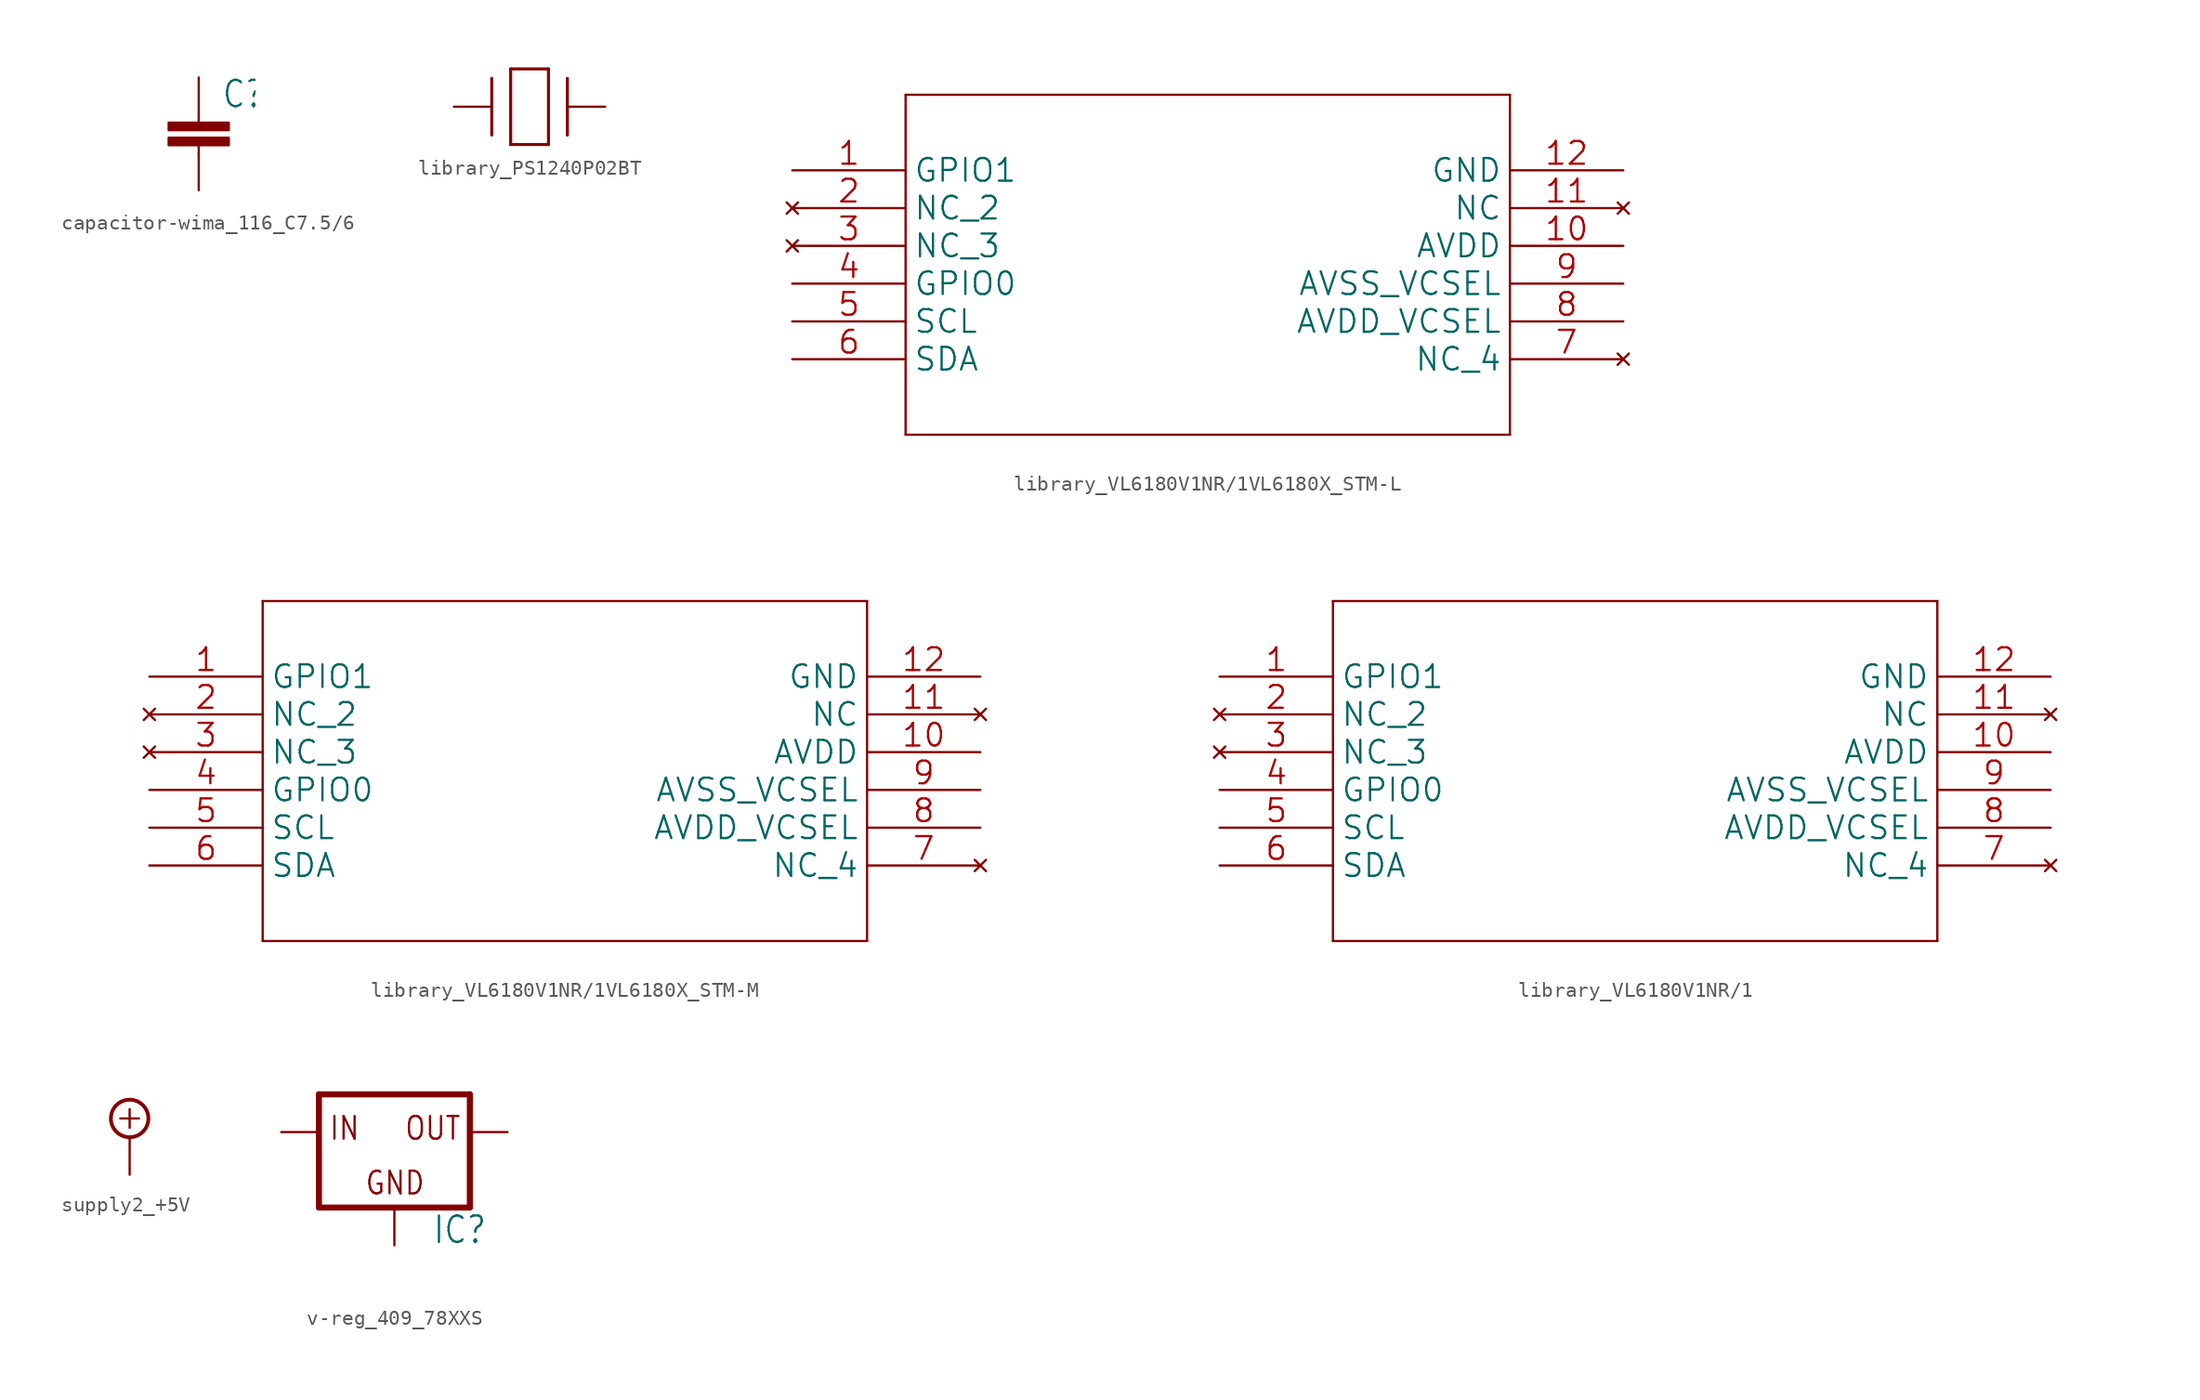
<source format=kicad_sym>
(kicad_symbol_lib
  (version 20241209)
  (generator "kicad_symbol_editor")
  (generator_version "9.0")
  (symbol "capacitor-wima_116_C7.5/6"
    (property "Reference" "C"
      (at 1.524 0.381 0)
      (effects (font (size 1.778 1.511)) (justify left bottom)))
    (property "Value" ""
      (at 1.524 -4.699 0)
      (effects (font (size 1.778 1.511)) (justify left bottom)))
    (property "ki_locked" ""
      (at 0 0 0)
      (effects (font (size 1.27 1.27))))
    (symbol "capacitor-wima_116_C7.5/6_1_0"
      (rectangle (start -2.032 -1.016) (end 2.032 -0.508) (stroke (width 0) (type default)) (fill (type outline)))
      (rectangle (start -2.032 -2.032) (end 2.032 -1.524) (stroke (width 0) (type default)) (fill (type outline)))
      (polyline (pts (xy 0 0) (xy 0 -0.508)) (stroke (width 0.152) (type solid)) (fill (type none)))
      (polyline (pts (xy 0 -2.54) (xy 0 -2.032)) (stroke (width 0.152) (type solid)) (fill (type none)))
      (pin passive line (at 0 2.54 270) (length 2.54) (name "1" (effects (font (size 0 0)))) (number "1" (effects (font (size 0 0)))))
      (pin passive line (at 0 -5.08 90) (length 2.54) (name "2" (effects (font (size 0 0)))) (number "2" (effects (font (size 0 0)))))))
  (symbol "library_PS1240P02BT"
    (property "Reference" "XTAL"
      (at -2.819 2.692 0)
      (effects (font (size 3.48 2.958)) (justify left bottom) (hide yes)))
    (property "ki_locked" ""
      (at 0 0 0)
      (effects (font (size 1.27 1.27))))
    (symbol "library_PS1240P02BT_1_0"
      (polyline (pts (xy 2.54 -1.905) (xy 2.54 1.905)) (stroke (width 0.203) (type solid)) (fill (type none)))
      (polyline (pts (xy 3.81 2.54) (xy 6.35 2.54)) (stroke (width 0.203) (type solid)) (fill (type none)))
      (polyline (pts (xy 3.81 -2.54) (xy 3.81 2.54)) (stroke (width 0.203) (type solid)) (fill (type none)))
      (polyline (pts (xy 6.35 2.54) (xy 6.35 -2.54)) (stroke (width 0.203) (type solid)) (fill (type none)))
      (polyline (pts (xy 6.35 -2.54) (xy 3.81 -2.54)) (stroke (width 0.203) (type solid)) (fill (type none)))
      (polyline (pts (xy 7.62 -1.905) (xy 7.62 1.905)) (stroke (width 0.203) (type solid)) (fill (type none)))
      (pin passive line (at 0 0 0) (length 2.54) (name "1" (effects (font (size 0 0)))) (number "1" (effects (font (size 0 0)))))
      (pin passive line (at 10.16 0 180) (length 2.54) (name "2" (effects (font (size 0 0)))) (number "2" (effects (font (size 0 0)))))))
  (symbol "library_VL6180V1NR/1VL6180X_STM-L"
    (property "Reference" "U"
      (at 23.216 9.119 0)
      (effects (font (size 2.083 1.77)) (justify left bottom) (hide yes)))
    (property "ki_locked" ""
      (at 0 0 0)
      (effects (font (size 1.27 1.27))))
    (symbol "library_VL6180V1NR/1VL6180X_STM-L_1_0"
      (polyline (pts (xy 7.62 5.08) (xy 7.62 -17.78)) (stroke (width 0.152) (type solid)) (fill (type none)))
      (polyline (pts (xy 7.62 -17.78) (xy 48.26 -17.78)) (stroke (width 0.152) (type solid)) (fill (type none)))
      (polyline (pts (xy 48.26 5.08) (xy 7.62 5.08)) (stroke (width 0.152) (type solid)) (fill (type none)))
      (polyline (pts (xy 48.26 -17.78) (xy 48.26 5.08)) (stroke (width 0.152) (type solid)) (fill (type none)))
      (pin bidirectional line (at 0 0 0) (length 7.62) (name "GPIO1" (effects (font (size 1.524 1.524)))) (number "1" (effects (font (size 1.524 1.524)))))
      (pin no_connect line (at 0 -2.54 0) (length 7.62) (name "NC_2" (effects (font (size 1.524 1.524)))) (number "2" (effects (font (size 1.524 1.524)))))
      (pin no_connect line (at 0 -5.08 0) (length 7.62) (name "NC_3" (effects (font (size 1.524 1.524)))) (number "3" (effects (font (size 1.524 1.524)))))
      (pin bidirectional line (at 0 -7.62 0) (length 7.62) (name "GPIO0" (effects (font (size 1.524 1.524)))) (number "4" (effects (font (size 1.524 1.524)))))
      (pin input line (at 0 -10.16 0) (length 7.62) (name "SCL" (effects (font (size 1.524 1.524)))) (number "5" (effects (font (size 1.524 1.524)))))
      (pin bidirectional line (at 0 -12.7 0) (length 7.62) (name "SDA" (effects (font (size 1.524 1.524)))) (number "6" (effects (font (size 1.524 1.524)))))
      (pin passive line (at 55.88 0 180) (length 7.62) (name "GND" (effects (font (size 1.524 1.524)))) (number "12" (effects (font (size 1.524 1.524)))))
      (pin no_connect line (at 55.88 -2.54 180) (length 7.62) (name "NC" (effects (font (size 1.524 1.524)))) (number "11" (effects (font (size 1.524 1.524)))))
      (pin power_in line (at 55.88 -5.08 180) (length 7.62) (name "AVDD" (effects (font (size 1.524 1.524)))) (number "10" (effects (font (size 1.524 1.524)))))
      (pin passive line (at 55.88 -7.62 180) (length 7.62) (name "AVSS_VCSEL" (effects (font (size 1.524 1.524)))) (number "9" (effects (font (size 1.524 1.524)))))
      (pin power_in line (at 55.88 -10.16 180) (length 7.62) (name "AVDD_VCSEL" (effects (font (size 1.524 1.524)))) (number "8" (effects (font (size 1.524 1.524)))))
      (pin no_connect line (at 55.88 -12.7 180) (length 7.62) (name "NC_4" (effects (font (size 1.524 1.524)))) (number "7" (effects (font (size 1.524 1.524)))))))
  (symbol "library_VL6180V1NR/1VL6180X_STM-M"
    (property "Reference" "U"
      (at 23.216 9.119 0)
      (effects (font (size 2.083 1.77)) (justify left bottom) (hide yes)))
    (property "ki_locked" ""
      (at 0 0 0)
      (effects (font (size 1.27 1.27))))
    (symbol "library_VL6180V1NR/1VL6180X_STM-M_1_0"
      (polyline (pts (xy 7.62 5.08) (xy 7.62 -17.78)) (stroke (width 0.152) (type solid)) (fill (type none)))
      (polyline (pts (xy 7.62 -17.78) (xy 48.26 -17.78)) (stroke (width 0.152) (type solid)) (fill (type none)))
      (polyline (pts (xy 48.26 5.08) (xy 7.62 5.08)) (stroke (width 0.152) (type solid)) (fill (type none)))
      (polyline (pts (xy 48.26 -17.78) (xy 48.26 5.08)) (stroke (width 0.152) (type solid)) (fill (type none)))
      (pin bidirectional line (at 0 0 0) (length 7.62) (name "GPIO1" (effects (font (size 1.524 1.524)))) (number "1" (effects (font (size 1.524 1.524)))))
      (pin no_connect line (at 0 -2.54 0) (length 7.62) (name "NC_2" (effects (font (size 1.524 1.524)))) (number "2" (effects (font (size 1.524 1.524)))))
      (pin no_connect line (at 0 -5.08 0) (length 7.62) (name "NC_3" (effects (font (size 1.524 1.524)))) (number "3" (effects (font (size 1.524 1.524)))))
      (pin bidirectional line (at 0 -7.62 0) (length 7.62) (name "GPIO0" (effects (font (size 1.524 1.524)))) (number "4" (effects (font (size 1.524 1.524)))))
      (pin input line (at 0 -10.16 0) (length 7.62) (name "SCL" (effects (font (size 1.524 1.524)))) (number "5" (effects (font (size 1.524 1.524)))))
      (pin bidirectional line (at 0 -12.7 0) (length 7.62) (name "SDA" (effects (font (size 1.524 1.524)))) (number "6" (effects (font (size 1.524 1.524)))))
      (pin passive line (at 55.88 0 180) (length 7.62) (name "GND" (effects (font (size 1.524 1.524)))) (number "12" (effects (font (size 1.524 1.524)))))
      (pin no_connect line (at 55.88 -2.54 180) (length 7.62) (name "NC" (effects (font (size 1.524 1.524)))) (number "11" (effects (font (size 1.524 1.524)))))
      (pin power_in line (at 55.88 -5.08 180) (length 7.62) (name "AVDD" (effects (font (size 1.524 1.524)))) (number "10" (effects (font (size 1.524 1.524)))))
      (pin passive line (at 55.88 -7.62 180) (length 7.62) (name "AVSS_VCSEL" (effects (font (size 1.524 1.524)))) (number "9" (effects (font (size 1.524 1.524)))))
      (pin power_in line (at 55.88 -10.16 180) (length 7.62) (name "AVDD_VCSEL" (effects (font (size 1.524 1.524)))) (number "8" (effects (font (size 1.524 1.524)))))
      (pin no_connect line (at 55.88 -12.7 180) (length 7.62) (name "NC_4" (effects (font (size 1.524 1.524)))) (number "7" (effects (font (size 1.524 1.524)))))))
  (symbol "library_VL6180V1NR/1"
    (property "Reference" "U"
      (at 23.216 9.119 0)
      (effects (font (size 2.083 1.77)) (justify left bottom) (hide yes)))
    (property "ki_locked" ""
      (at 0 0 0)
      (effects (font (size 1.27 1.27))))
    (symbol "library_VL6180V1NR/1_1_0"
      (polyline (pts (xy 7.62 5.08) (xy 7.62 -17.78)) (stroke (width 0.152) (type solid)) (fill (type none)))
      (polyline (pts (xy 7.62 -17.78) (xy 48.26 -17.78)) (stroke (width 0.152) (type solid)) (fill (type none)))
      (polyline (pts (xy 48.26 5.08) (xy 7.62 5.08)) (stroke (width 0.152) (type solid)) (fill (type none)))
      (polyline (pts (xy 48.26 -17.78) (xy 48.26 5.08)) (stroke (width 0.152) (type solid)) (fill (type none)))
      (pin bidirectional line (at 0 0 0) (length 7.62) (name "GPIO1" (effects (font (size 1.524 1.524)))) (number "1" (effects (font (size 1.524 1.524)))))
      (pin no_connect line (at 0 -2.54 0) (length 7.62) (name "NC_2" (effects (font (size 1.524 1.524)))) (number "2" (effects (font (size 1.524 1.524)))))
      (pin no_connect line (at 0 -5.08 0) (length 7.62) (name "NC_3" (effects (font (size 1.524 1.524)))) (number "3" (effects (font (size 1.524 1.524)))))
      (pin bidirectional line (at 0 -7.62 0) (length 7.62) (name "GPIO0" (effects (font (size 1.524 1.524)))) (number "4" (effects (font (size 1.524 1.524)))))
      (pin input line (at 0 -10.16 0) (length 7.62) (name "SCL" (effects (font (size 1.524 1.524)))) (number "5" (effects (font (size 1.524 1.524)))))
      (pin bidirectional line (at 0 -12.7 0) (length 7.62) (name "SDA" (effects (font (size 1.524 1.524)))) (number "6" (effects (font (size 1.524 1.524)))))
      (pin passive line (at 55.88 0 180) (length 7.62) (name "GND" (effects (font (size 1.524 1.524)))) (number "12" (effects (font (size 1.524 1.524)))))
      (pin no_connect line (at 55.88 -2.54 180) (length 7.62) (name "NC" (effects (font (size 1.524 1.524)))) (number "11" (effects (font (size 1.524 1.524)))))
      (pin power_in line (at 55.88 -5.08 180) (length 7.62) (name "AVDD" (effects (font (size 1.524 1.524)))) (number "10" (effects (font (size 1.524 1.524)))))
      (pin passive line (at 55.88 -7.62 180) (length 7.62) (name "AVSS_VCSEL" (effects (font (size 1.524 1.524)))) (number "9" (effects (font (size 1.524 1.524)))))
      (pin power_in line (at 55.88 -10.16 180) (length 7.62) (name "AVDD_VCSEL" (effects (font (size 1.524 1.524)))) (number "8" (effects (font (size 1.524 1.524)))))
      (pin no_connect line (at 55.88 -12.7 180) (length 7.62) (name "NC_4" (effects (font (size 1.524 1.524)))) (number "7" (effects (font (size 1.524 1.524)))))))
  (symbol "supply2_+5V"
    (power)
    (property "Reference" "#SUPPLY"
      (at 0 0 0)
      (effects (font (size 1.27 1.27)) (hide yes)))
    (property "Value" ""
      (at -1.905 3.175 0)
      (effects (font (size 1.778 1.511)) (justify left bottom)))
    (property "ki_locked" ""
      (at 0 0 0)
      (effects (font (size 1.27 1.27))))
    (symbol "supply2_+5V_1_0"
      (polyline (pts (xy -0.635 1.27) (xy 0.635 1.27)) (stroke (width 0.152) (type solid)) (fill (type none)))
      (circle (center 0 1.27) (radius 1.27) (stroke (width 0.254) (type solid)) (fill (type none)))
      (polyline (pts (xy 0 0.635) (xy 0 1.905)) (stroke (width 0.152) (type solid)) (fill (type none)))
      (pin power_in line (at 0 -2.54 90) (length 2.54) (name "+5V" (effects (font (size 0 0)))) (number "1" (effects (font (size 0 0)))))))
  (symbol "v-reg_409_78XXS"
    (property "Reference" "IC"
      (at 2.54 -7.62 0)
      (effects (font (size 1.778 1.511)) (justify left bottom)))
    (property "Value" ""
      (at 2.54 -10.16 0)
      (effects (font (size 1.778 1.511)) (justify left bottom)))
    (property "ki_locked" ""
      (at 0 0 0)
      (effects (font (size 1.27 1.27))))
    (symbol "v-reg_409_78XXS_1_0"
      (polyline (pts (xy -5.08 2.54) (xy -5.08 -5.08)) (stroke (width 0.406) (type solid)) (fill (type none)))
      (polyline (pts (xy -5.08 -5.08) (xy 5.08 -5.08)) (stroke (width 0.406) (type solid)) (fill (type none)))
      (polyline (pts (xy 5.08 2.54) (xy -5.08 2.54)) (stroke (width 0.406) (type solid)) (fill (type none)))
      (polyline (pts (xy 5.08 -5.08) (xy 5.08 2.54)) (stroke (width 0.406) (type solid)) (fill (type none)))
      (text "IN" (at -4.445 -0.635 0) (effects (font (size 1.524 1.295)) (justify left bottom)))
      (text "GND" (at -2.032 -4.318 0) (effects (font (size 1.524 1.295)) (justify left bottom)))
      (text "OUT" (at 0.635 -0.635 0) (effects (font (size 1.524 1.295)) (justify left bottom)))
      (pin input line (at -7.62 0 0) (length 2.54) (name "IN" (effects (font (size 0 0)))) (number "IN" (effects (font (size 0 0)))))
      (pin input line (at 0 -7.62 90) (length 2.54) (name "GND" (effects (font (size 0 0)))) (number "GND" (effects (font (size 0 0)))))
      (pin passive line (at 7.62 0 180) (length 2.54) (name "OUT" (effects (font (size 0 0)))) (number "OUT" (effects (font (size 0 0))))))))
</source>
